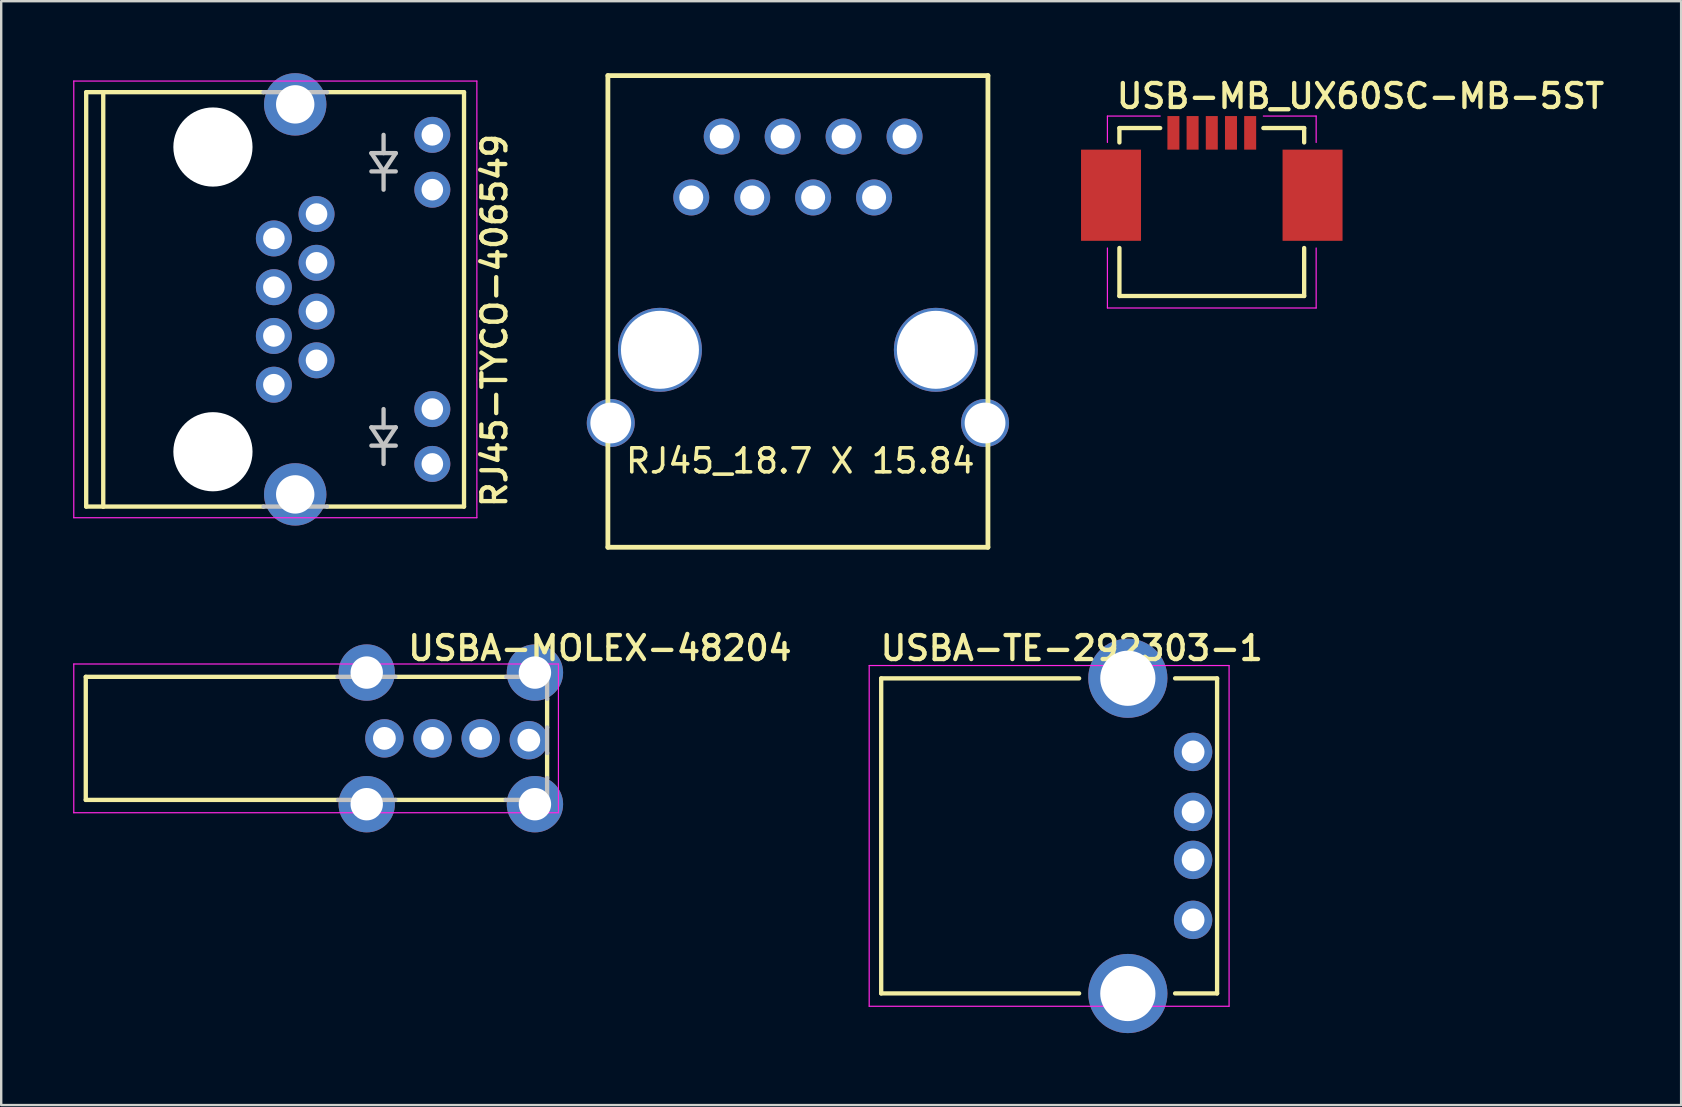
<source format=kicad_pcb>
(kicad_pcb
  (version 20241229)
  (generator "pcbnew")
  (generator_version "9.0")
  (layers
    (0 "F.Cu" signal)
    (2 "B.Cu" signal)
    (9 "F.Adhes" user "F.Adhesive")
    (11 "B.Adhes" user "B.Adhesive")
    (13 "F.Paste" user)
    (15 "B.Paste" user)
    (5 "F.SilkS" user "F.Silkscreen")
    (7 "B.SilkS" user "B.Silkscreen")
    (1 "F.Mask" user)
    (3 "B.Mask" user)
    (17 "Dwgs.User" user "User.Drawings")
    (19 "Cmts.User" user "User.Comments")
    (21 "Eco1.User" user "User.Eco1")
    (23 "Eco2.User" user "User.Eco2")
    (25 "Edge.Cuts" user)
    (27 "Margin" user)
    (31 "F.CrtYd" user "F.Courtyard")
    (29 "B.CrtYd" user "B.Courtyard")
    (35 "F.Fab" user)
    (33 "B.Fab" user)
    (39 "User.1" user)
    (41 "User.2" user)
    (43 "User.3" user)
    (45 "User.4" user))
  (footprint "USB-MB_UX60SC-MB-5ST"
    (layer "F.Cu")
    (at 47.456 9.287)
    (property "Reference" "USB-MB_UX60SC-MB-5ST" (at -4.064 -7.747 0) (layer "F.SilkS") (effects (font (size 1 1) (thickness 0.18)) (justify left bottom)))
    (attr through_hole)
    (fp_line (start -3.85 -7) (end -2.15 -7) (stroke (width 0.18) (type solid)) (layer "F.SilkS"))
    (fp_line (start -3.85 -6.4) (end -3.85 -7) (stroke (width 0.18) (type solid)) (layer "F.SilkS"))
    (fp_line (start -3.85 0) (end -3.85 -2) (stroke (width 0.18) (type solid)) (layer "F.SilkS"))
    (fp_line (start -3.85 0) (end 3.85 0) (stroke (width 0.18) (type solid)) (layer "F.SilkS"))
    (fp_line (start 2.15 -7) (end 3.85 -7) (stroke (width 0.18) (type solid)) (layer "F.SilkS"))
    (fp_line (start 3.85 -7) (end 3.85 -6.4) (stroke (width 0.18) (type solid)) (layer "F.SilkS"))
    (fp_line (start 3.85 0) (end 3.85 -2) (stroke (width 0.18) (type solid)) (layer "F.SilkS"))
    (fp_line (start -4.35 -7.5) (end -2.15 -7.5) (stroke (width 0.05) (type solid)) (layer "F.CrtYd"))
    (fp_line (start -4.35 -6.4) (end -4.35 -7.5) (stroke (width 0.05) (type solid)) (layer "F.CrtYd"))
    (fp_line (start -4.35 0.5) (end -4.35 -2) (stroke (width 0.05) (type solid)) (layer "F.CrtYd"))
    (fp_line (start 2.15 -7.5) (end 4.35 -7.5) (stroke (width 0.05) (type solid)) (layer "F.CrtYd"))
    (fp_line (start 4.35 -7.5) (end 4.35 -6.4) (stroke (width 0.05) (type solid)) (layer "F.CrtYd"))
    (fp_line (start 4.35 -2) (end 4.35 0.5) (stroke (width 0.05) (type solid)) (layer "F.CrtYd"))
    (fp_line (start 4.35 0.5) (end -4.35 0.5) (stroke (width 0.05) (type solid)) (layer "F.CrtYd"))
    (pad "1" smd rect (at -1.6 -6.8) (size 0.5 1.4) (layers "F.Cu" "F.Mask" "F.Paste"))
    (pad "2" smd rect (at -0.8 -6.8) (size 0.5 1.4) (layers "F.Cu" "F.Mask" "F.Paste"))
    (pad "3" smd rect (at 0 -6.8) (size 0.5 1.4) (layers "F.Cu" "F.Mask" "F.Paste"))
    (pad "4" smd rect (at 0.8 -6.8) (size 0.5 1.4) (layers "F.Cu" "F.Mask" "F.Paste"))
    (pad "5" smd rect (at 1.6 -6.8) (size 0.5 1.4) (layers "F.Cu" "F.Mask" "F.Paste"))
    (pad "SH" smd rect (at -4.2 -4.2) (size 2.5 3.8) (layers "F.Cu" "F.Mask" "F.Paste"))
    (pad "SH" smd rect (at 4.2 -4.2) (size 2.5 3.8) (layers "F.Cu" "F.Mask" "F.Paste")))
  (footprint "USBA-MOLEX-48204"
    (layer "F.Cu")
    (at 0.525 27.725)
    (property "Reference" "USBA-MOLEX-48204" (at 13.335 -3.175 180) (layer "F.SilkS") (effects (font (size 1 1) (thickness 0.18)) (justify left bottom)))
    (attr through_hole)
    (fp_line (start 0 -2.565) (end 10.49 -2.565) (stroke (width 0.18) (type solid)) (layer "F.SilkS"))
    (fp_line (start 0 2.565) (end 0 -2.565) (stroke (width 0.18) (type solid)) (layer "F.SilkS"))
    (fp_line (start 0 2.565) (end 10.516 2.565) (stroke (width 0.18) (type solid)) (layer "F.SilkS"))
    (fp_line (start 12.903 -2.565) (end 17.526 -2.565) (stroke (width 0.18) (type solid)) (layer "F.SilkS"))
    (fp_line (start 12.903 2.565) (end 17.501 2.565) (stroke (width 0.18) (type solid)) (layer "F.SilkS"))
    (fp_line (start 19.228 -1.651) (end 19.228 -0.457) (stroke (width 0.18) (type solid)) (layer "F.SilkS"))
    (fp_line (start 19.228 0.61) (end 19.228 1.651) (stroke (width 0.18) (type solid)) (layer "F.SilkS"))
    (fp_line (start 10.516 2.565) (end 12.903 2.565) (stroke (width 0.18) (type solid)) (layer "Dwgs.User"))
    (fp_line (start 12.903 -2.565) (end 10.49 -2.565) (stroke (width 0.18) (type solid)) (layer "Dwgs.User"))
    (fp_line (start 17.501 2.565) (end 19.228 2.565) (stroke (width 0.18) (type solid)) (layer "Dwgs.User"))
    (fp_line (start 17.526 -2.565) (end 19.228 -2.565) (stroke (width 0.18) (type solid)) (layer "Dwgs.User"))
    (fp_line (start 19.228 -2.565) (end 19.228 -1.651) (stroke (width 0.18) (type solid)) (layer "Dwgs.User"))
    (fp_line (start 19.228 0.61) (end 19.228 -0.457) (stroke (width 0.18) (type solid)) (layer "Dwgs.User"))
    (fp_line (start 19.228 2.565) (end 19.228 1.651) (stroke (width 0.18) (type solid)) (layer "Dwgs.User"))
    (fp_line (start -0.5 -3.1) (end 19.7 -3.1) (stroke (width 0.05) (type solid)) (layer "F.CrtYd"))
    (fp_line (start -0.5 3.1) (end -0.5 -3.1) (stroke (width 0.05) (type solid)) (layer "F.CrtYd"))
    (fp_line (start 19.7 -3.1) (end 19.7 3.1) (stroke (width 0.05) (type solid)) (layer "F.CrtYd"))
    (fp_line (start 19.7 3.1) (end -0.5 3.1) (stroke (width 0.05) (type solid)) (layer "F.CrtYd"))
    (pad "1" thru_hole circle (at 18.466 0.076) (size 1.6 1.6) (drill 0.95) (layers "*.Cu" "*.Mask"))
    (pad "2" thru_hole circle (at 16.459 0) (size 1.6 1.6) (drill 0.95) (layers "*.Cu" "*.Mask"))
    (pad "3" thru_hole circle (at 14.453 0) (size 1.6 1.6) (drill 0.95) (layers "*.Cu" "*.Mask"))
    (pad "4" thru_hole circle (at 12.446 0) (size 1.6 1.6) (drill 0.95) (layers "*.Cu" "*.Mask"))
    (pad "SH" thru_hole circle (at 11.709 -2.743) (size 2.35 2.35) (drill 1.35) (layers "*.Cu" "*.Mask"))
    (pad "SH" thru_hole circle (at 11.709 2.743) (size 2.35 2.35) (drill 1.35) (layers "*.Cu" "*.Mask"))
    (pad "SH" thru_hole circle (at 18.72 -2.743) (size 2.35 2.35) (drill 1.35) (layers "*.Cu" "*.Mask"))
    (pad "SH" thru_hole circle (at 18.72 2.743) (size 2.35 2.35) (drill 1.35) (layers "*.Cu" "*.Mask")))
  (footprint "RJ45_18.7 X 15.84"
    (layer "F.Cu")
    (at 30.206 19.76)
    (property "Reference" "RJ45_18.7 X 15.84" (at 0.1 -3.6 0) (layer "F.SilkS") (effects (font (size 1 1) (thickness 0.15))))
    (attr through_hole)
    (fp_line (start -7.92 -19.66) (end -7.92 0) (stroke (width 0.2) (type solid)) (layer "F.SilkS"))
    (fp_line (start -7.92 -19.66) (end 7.92 -19.66) (stroke (width 0.2) (type solid)) (layer "F.SilkS"))
    (fp_line (start -7.92 0) (end 7.92 0) (stroke (width 0.2) (type solid)) (layer "F.SilkS"))
    (fp_line (start 7.92 -19.66) (end 7.92 0) (stroke (width 0.2) (type solid)) (layer "F.SilkS"))
    (pad "" np_thru_hole circle (at -5.75 -8.23) (size 3.5 3.5) (drill 3.25) (layers "*.Cu" "*.Mask"))
    (pad "" np_thru_hole circle (at 5.75 -8.23) (size 3.5 3.5) (drill 3.25) (layers "*.Cu" "*.Mask"))
    (pad "1" thru_hole circle (at -4.445 -14.58) (size 1.5 1.5) (drill 1) (layers "*.Cu" "*.Mask"))
    (pad "2" thru_hole circle (at -3.175 -17.12) (size 1.5 1.5) (drill 1) (layers "*.Cu" "*.Mask"))
    (pad "3" thru_hole circle (at -1.905 -14.58) (size 1.5 1.5) (drill 1) (layers "*.Cu" "*.Mask"))
    (pad "4" thru_hole circle (at -0.635 -17.12) (size 1.5 1.5) (drill 1) (layers "*.Cu" "*.Mask"))
    (pad "5" thru_hole circle (at 0.635 -14.58) (size 1.5 1.5) (drill 1) (layers "*.Cu" "*.Mask"))
    (pad "6" thru_hole circle (at 1.905 -17.12) (size 1.5 1.5) (drill 1) (layers "*.Cu" "*.Mask"))
    (pad "7" thru_hole circle (at 3.175 -14.58) (size 1.5 1.5) (drill 1) (layers "*.Cu" "*.Mask"))
    (pad "8" thru_hole circle (at 4.445 -17.12) (size 1.5 1.5) (drill 1) (layers "*.Cu" "*.Mask"))
    (pad "9" thru_hole circle (at -7.8 -5.18) (size 2 2) (drill 1.7) (layers "*.Cu" "*.Mask"))
    (pad "10" thru_hole circle (at 7.8 -5.18) (size 2 2) (drill 1.7) (layers "*.Cu" "*.Mask")))
  (footprint "USBA-TE-292303-1"
    (layer "F.Cu")
    (at 33.677 31.789)
    (property "Reference" "USBA-TE-292303-1" (at -0.127 -7.239 0) (layer "F.SilkS") (effects (font (size 1 1) (thickness 0.18)) (justify left bottom)))
    (attr through_hole)
    (fp_line (start 0 -6.565) (end 8.25 -6.565) (stroke (width 0.18) (type solid)) (layer "F.SilkS"))
    (fp_line (start 0 6.565) (end 0 -6.565) (stroke (width 0.18) (type solid)) (layer "F.SilkS"))
    (fp_line (start 8.25 6.565) (end 0 6.565) (stroke (width 0.18) (type solid)) (layer "F.SilkS"))
    (fp_line (start 14 -6.565) (end 12.25 -6.565) (stroke (width 0.18) (type solid)) (layer "F.SilkS"))
    (fp_line (start 14 -6.565) (end 14 6.565) (stroke (width 0.18) (type solid)) (layer "F.SilkS"))
    (fp_line (start 14 6.565) (end 12.25 6.565) (stroke (width 0.18) (type solid)) (layer "F.SilkS"))
    (fp_line (start -0.5 -7.1) (end 14.5 -7.1) (stroke (width 0.05) (type solid)) (layer "F.CrtYd"))
    (fp_line (start -0.5 7.1) (end -0.5 -7.1) (stroke (width 0.05) (type solid)) (layer "F.CrtYd"))
    (fp_line (start 14.5 -7.1) (end 14.5 7.1) (stroke (width 0.05) (type solid)) (layer "F.CrtYd"))
    (fp_line (start 14.5 7.1) (end -0.5 7.1) (stroke (width 0.05) (type solid)) (layer "F.CrtYd"))
    (pad "1" thru_hole circle (at 13 -3.5) (size 1.6 1.6) (drill 0.95) (layers "*.Cu" "*.Mask"))
    (pad "2" thru_hole circle (at 13 -1) (size 1.6 1.6) (drill 0.95) (layers "*.Cu" "*.Mask"))
    (pad "3" thru_hole circle (at 13 1) (size 1.6 1.6) (drill 0.95) (layers "*.Cu" "*.Mask"))
    (pad "4" thru_hole circle (at 13 3.5) (size 1.6 1.6) (drill 0.95) (layers "*.Cu" "*.Mask"))
    (pad "SH" thru_hole circle (at 10.28 -6.57) (size 3.3 3.3) (drill 2.3) (layers "*.Cu" "*.Mask"))
    (pad "SH" thru_hole circle (at 10.28 6.57) (size 3.3 3.3) (drill 2.3) (layers "*.Cu" "*.Mask")))
  (footprint "RJ45-TYCO-406549"
    (layer "F.Cu")
    (at 5.825 9.428)
    (property "Reference" "RJ45-TYCO-406549" (at 12.319 8.763 90) (layer "F.SilkS") (effects (font (size 1 1) (thickness 0.18)) (justify left bottom)))
    (attr through_hole)
    (fp_line (start -5.283 -8.636) (end -4.572 -8.636) (stroke (width 0.18) (type solid)) (layer "F.SilkS"))
    (fp_line (start -5.283 8.636) (end -5.283 -8.636) (stroke (width 0.18) (type solid)) (layer "F.SilkS"))
    (fp_line (start -5.283 8.636) (end -4.572 8.636) (stroke (width 0.18) (type solid)) (layer "F.SilkS"))
    (fp_line (start -4.572 -8.636) (end -4.572 8.636) (stroke (width 0.18) (type solid)) (layer "F.SilkS"))
    (fp_line (start -4.572 -8.636) (end 2.108 -8.636) (stroke (width 0.18) (type solid)) (layer "F.SilkS"))
    (fp_line (start -4.572 8.636) (end 2.108 8.636) (stroke (width 0.18) (type solid)) (layer "F.SilkS"))
    (fp_line (start 10.465 -8.636) (end 4.75 -8.636) (stroke (width 0.18) (type solid)) (layer "F.SilkS"))
    (fp_line (start 10.465 8.636) (end 4.75 8.636) (stroke (width 0.18) (type solid)) (layer "F.SilkS"))
    (fp_line (start 10.465 8.636) (end 10.465 -8.636) (stroke (width 0.18) (type solid)) (layer "F.SilkS"))
    (fp_line (start 2.108 -8.636) (end 4.75 -8.636) (stroke (width 0.18) (type solid)) (layer "Dwgs.User"))
    (fp_line (start 2.108 8.636) (end 4.75 8.636) (stroke (width 0.18) (type solid)) (layer "Dwgs.User"))
    (fp_line (start 6.604 -6.096) (end 7.62 -6.096) (stroke (width 0.18) (type solid)) (layer "Dwgs.User"))
    (fp_line (start 6.604 -5.334) (end 7.112 -5.334) (stroke (width 0.18) (type solid)) (layer "Dwgs.User"))
    (fp_line (start 6.604 5.334) (end 7.62 5.334) (stroke (width 0.18) (type solid)) (layer "Dwgs.User"))
    (fp_line (start 6.604 6.096) (end 7.112 6.096) (stroke (width 0.18) (type solid)) (layer "Dwgs.User"))
    (fp_line (start 7.112 -6.858) (end 7.112 -6.096) (stroke (width 0.18) (type solid)) (layer "Dwgs.User"))
    (fp_line (start 7.112 -5.334) (end 6.604 -6.096) (stroke (width 0.18) (type solid)) (layer "Dwgs.User"))
    (fp_line (start 7.112 -5.334) (end 7.112 -4.572) (stroke (width 0.18) (type solid)) (layer "Dwgs.User"))
    (fp_line (start 7.112 -5.334) (end 7.62 -5.334) (stroke (width 0.18) (type solid)) (layer "Dwgs.User"))
    (fp_line (start 7.112 4.572) (end 7.112 5.334) (stroke (width 0.18) (type solid)) (layer "Dwgs.User"))
    (fp_line (start 7.112 6.096) (end 6.604 5.334) (stroke (width 0.18) (type solid)) (layer "Dwgs.User"))
    (fp_line (start 7.112 6.096) (end 7.112 6.858) (stroke (width 0.18) (type solid)) (layer "Dwgs.User"))
    (fp_line (start 7.112 6.096) (end 7.62 6.096) (stroke (width 0.18) (type solid)) (layer "Dwgs.User"))
    (fp_line (start 7.62 -6.096) (end 7.112 -5.334) (stroke (width 0.18) (type solid)) (layer "Dwgs.User"))
    (fp_line (start 7.62 5.334) (end 7.112 6.096) (stroke (width 0.18) (type solid)) (layer "Dwgs.User"))
    (fp_line (start -5.8 -9.1) (end 11 -9.1) (stroke (width 0.05) (type solid)) (layer "F.CrtYd"))
    (fp_line (start -5.8 9.1) (end -5.8 -9.1) (stroke (width 0.05) (type solid)) (layer "F.CrtYd"))
    (fp_line (start 11 -9.1) (end 11 9.1) (stroke (width 0.05) (type solid)) (layer "F.CrtYd"))
    (fp_line (start 11 9.1) (end -5.8 9.1) (stroke (width 0.05) (type solid)) (layer "F.CrtYd"))
    (pad "" np_thru_hole circle (at 0 -6.35) (size 3.3 3.3) (drill 3.3) (layers "*.Cu"))
    (pad "" np_thru_hole circle (at 0 6.35) (size 3.3 3.3) (drill 3.3) (layers "*.Cu"))
    (pad "1" thru_hole circle (at 2.54 3.556) (size 1.5 1.5) (drill 0.9) (layers "*.Cu" "*.Mask"))
    (pad "2" thru_hole circle (at 4.318 2.54) (size 1.5 1.5) (drill 0.9) (layers "*.Cu" "*.Mask"))
    (pad "3" thru_hole circle (at 2.54 1.524) (size 1.5 1.5) (drill 0.9) (layers "*.Cu" "*.Mask"))
    (pad "4" thru_hole circle (at 4.318 0.508) (size 1.5 1.5) (drill 0.9) (layers "*.Cu" "*.Mask"))
    (pad "5" thru_hole circle (at 2.54 -0.508) (size 1.5 1.5) (drill 0.9) (layers "*.Cu" "*.Mask"))
    (pad "6" thru_hole circle (at 4.318 -1.524) (size 1.5 1.5) (drill 0.9) (layers "*.Cu" "*.Mask"))
    (pad "7" thru_hole circle (at 2.54 -2.54) (size 1.5 1.5) (drill 0.9) (layers "*.Cu" "*.Mask"))
    (pad "8" thru_hole circle (at 4.318 -3.556) (size 1.5 1.5) (drill 0.9) (layers "*.Cu" "*.Mask"))
    (pad "LA" thru_hole circle (at 9.144 -6.858) (size 1.5 1.5) (drill 0.9) (layers "*.Cu" "*.Mask"))
    (pad "LK" thru_hole circle (at 9.144 -4.572) (size 1.5 1.5) (drill 0.9) (layers "*.Cu" "*.Mask"))
    (pad "RA" thru_hole circle (at 9.144 4.572) (size 1.5 1.5) (drill 0.9) (layers "*.Cu" "*.Mask"))
    (pad "RK" thru_hole circle (at 9.144 6.858) (size 1.5 1.5) (drill 0.9) (layers "*.Cu" "*.Mask"))
    (pad "SH" thru_hole circle (at 3.429 -8.128) (size 2.6 2.6) (drill 1.6) (layers "*.Cu" "*.Mask"))
    (pad "SH" thru_hole circle (at 3.429 8.128) (size 2.6 2.6) (drill 1.6) (layers "*.Cu" "*.Mask")))
  (gr_rect
    (start -3 -3)
    (end 67.018 43.009)
    (stroke (width 0.1) (type default))
    (fill no)
    (layer "Edge.Cuts")))
</source>
